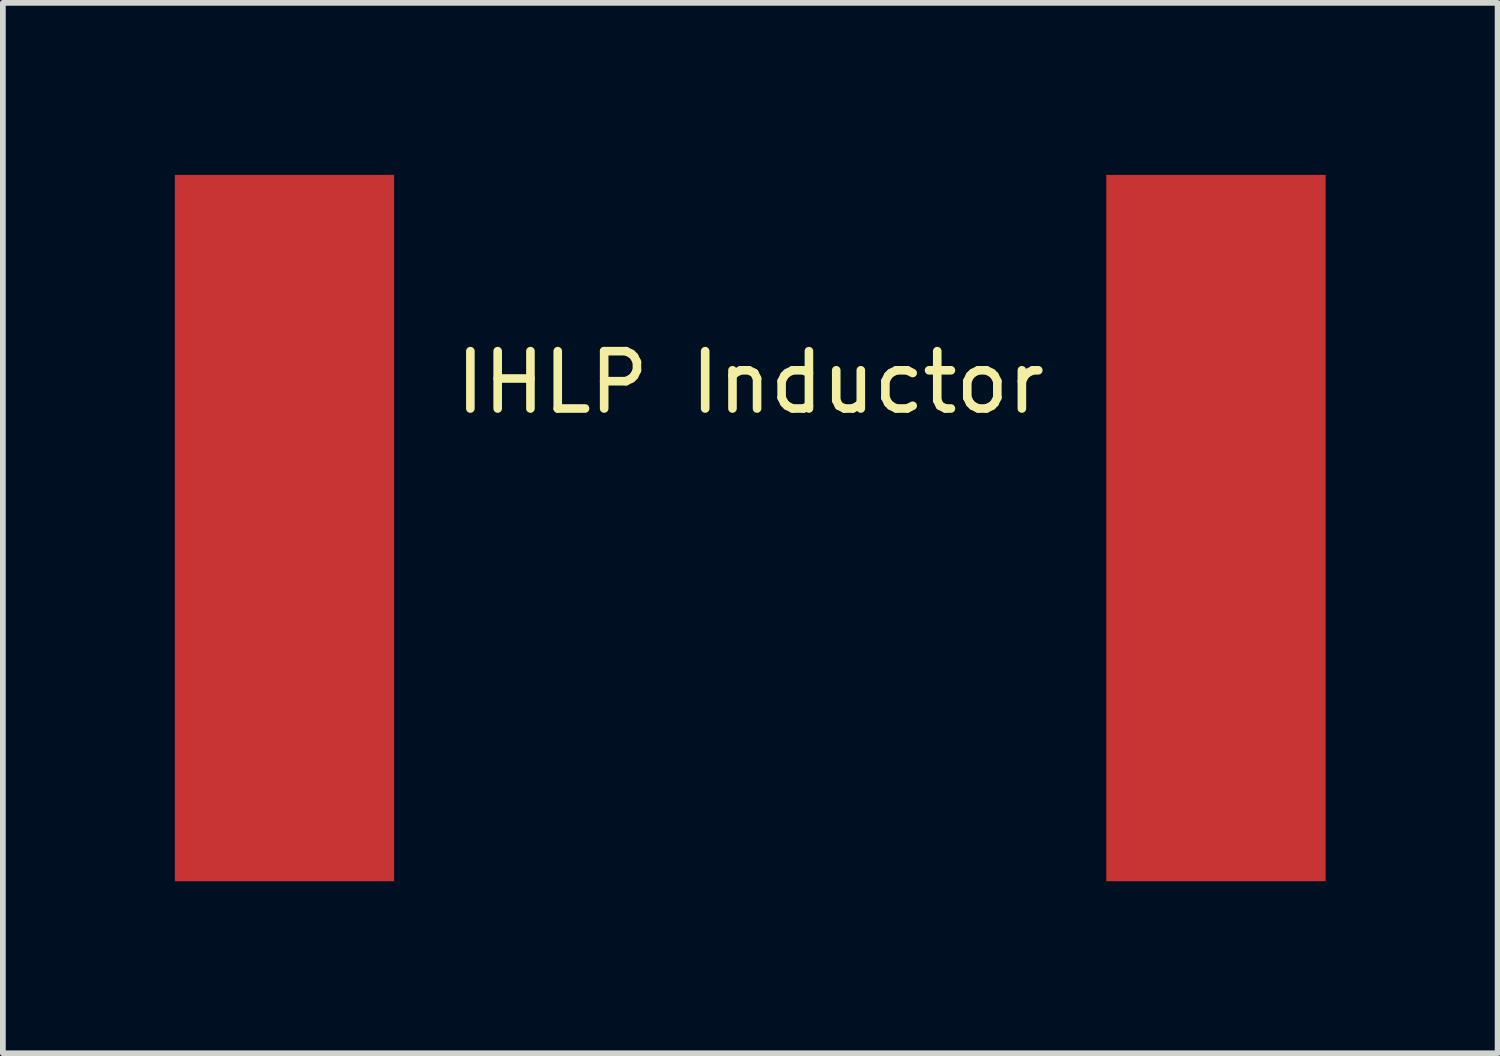
<source format=kicad_pcb>
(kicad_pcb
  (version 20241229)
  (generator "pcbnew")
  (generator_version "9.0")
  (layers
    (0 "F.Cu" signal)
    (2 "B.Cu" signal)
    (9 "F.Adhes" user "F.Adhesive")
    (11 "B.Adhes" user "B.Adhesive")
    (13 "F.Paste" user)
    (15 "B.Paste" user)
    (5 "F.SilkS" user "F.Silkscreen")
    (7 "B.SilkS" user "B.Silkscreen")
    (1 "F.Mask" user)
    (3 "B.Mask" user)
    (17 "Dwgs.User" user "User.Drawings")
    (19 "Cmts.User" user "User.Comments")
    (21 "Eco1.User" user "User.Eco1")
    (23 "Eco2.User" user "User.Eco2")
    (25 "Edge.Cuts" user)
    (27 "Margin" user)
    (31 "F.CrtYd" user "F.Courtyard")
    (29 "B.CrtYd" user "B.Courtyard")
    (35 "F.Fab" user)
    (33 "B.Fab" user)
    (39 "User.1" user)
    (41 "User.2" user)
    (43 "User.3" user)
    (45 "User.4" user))
  (footprint "IHLP Inductor"
    (layer "F.Cu")
    (at 10.035 6.16)
    (property "Reference" "IHLP Inductor" (at 0 -2.54 0) (layer "F.SilkS") (effects (font (size 1 1) (thickness 0.15))))
    (attr through_hole)
    (pad "1" smd rect (at -8.123 0) (size 3.825 12.32) (layers "F.Cu" "F.Mask" "F.Paste"))
    (pad "2" smd rect (at 8.123 0) (size 3.825 12.32) (layers "F.Cu" "F.Mask" "F.Paste")))
  (gr_rect
    (start -3 -3)
    (end 23.07 15.32)
    (stroke (width 0.1) (type default))
    (fill no)
    (layer "Edge.Cuts")))
</source>
